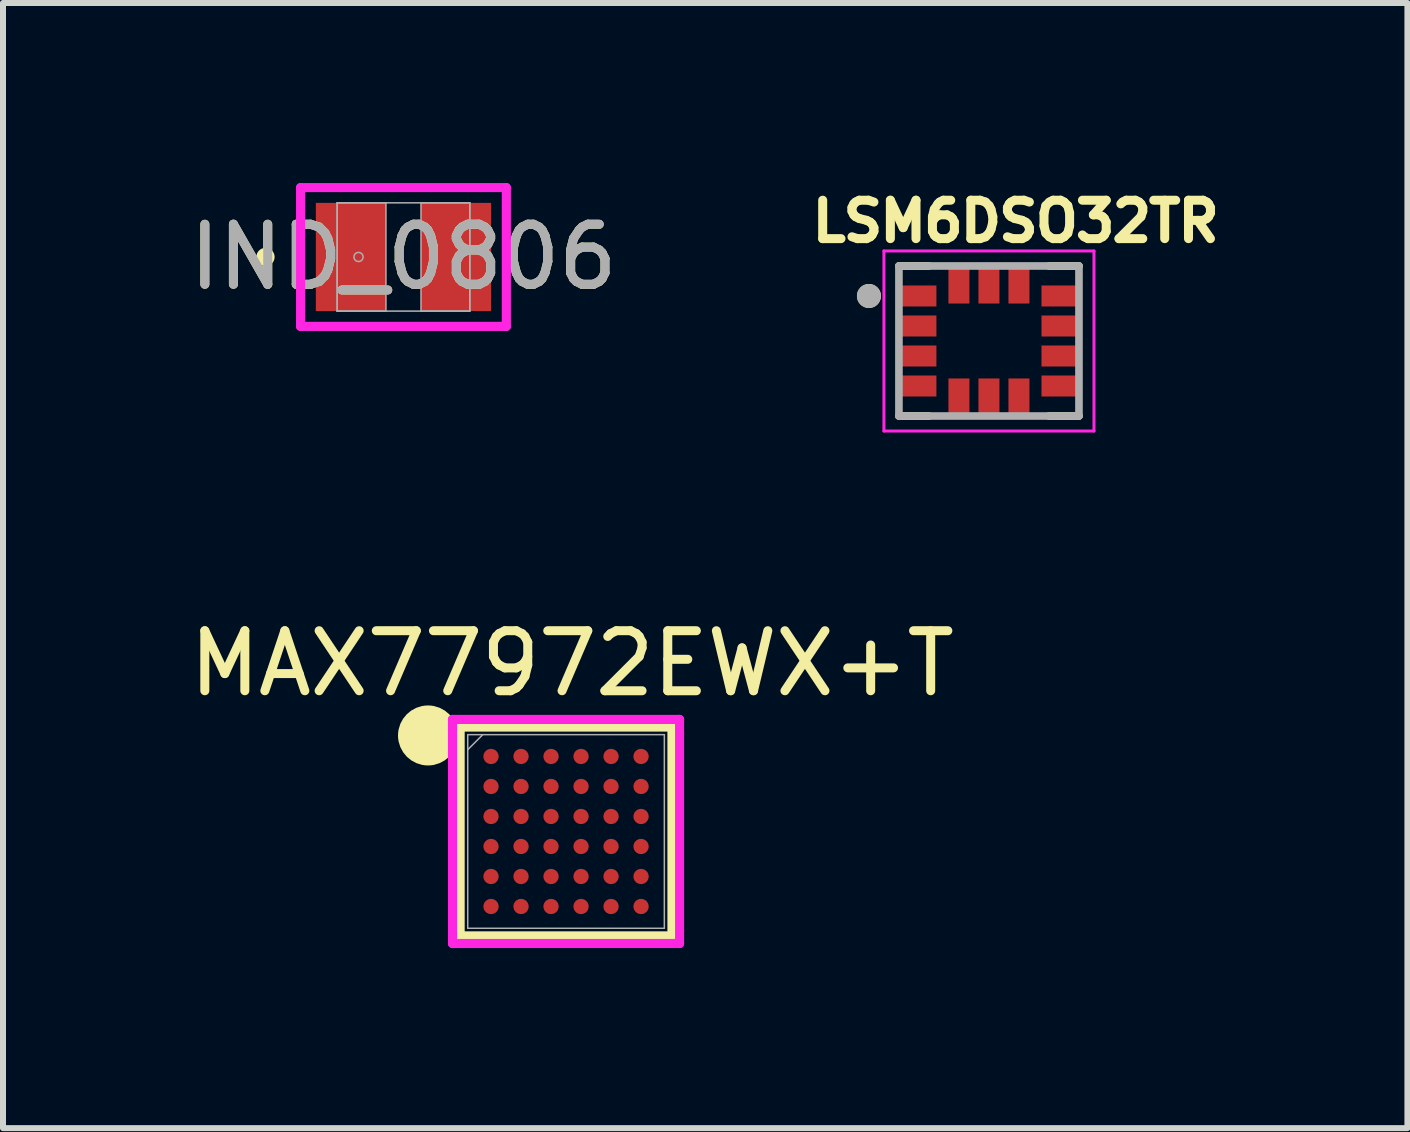
<source format=kicad_pcb>
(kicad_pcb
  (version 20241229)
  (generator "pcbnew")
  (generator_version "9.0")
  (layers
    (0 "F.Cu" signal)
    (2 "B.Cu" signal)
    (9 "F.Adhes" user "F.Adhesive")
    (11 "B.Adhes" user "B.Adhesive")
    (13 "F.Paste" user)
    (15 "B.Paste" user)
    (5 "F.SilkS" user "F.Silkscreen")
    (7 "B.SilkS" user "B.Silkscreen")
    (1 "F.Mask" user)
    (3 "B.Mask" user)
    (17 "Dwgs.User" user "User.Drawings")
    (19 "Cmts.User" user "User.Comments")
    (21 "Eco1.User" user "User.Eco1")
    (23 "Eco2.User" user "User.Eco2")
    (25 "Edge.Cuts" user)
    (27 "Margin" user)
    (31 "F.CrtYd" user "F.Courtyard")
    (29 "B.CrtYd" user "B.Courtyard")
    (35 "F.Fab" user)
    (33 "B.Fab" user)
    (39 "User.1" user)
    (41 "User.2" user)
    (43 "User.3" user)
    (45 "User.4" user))
  (footprint "LSM6DSO32TR"
    (layer "F.Cu")
    (at 13.429 2.632)
    (property "Reference" "LSM6DSO32TR" (at 0.445 -1.994 0) (layer "F.SilkS") (effects (font (size 0.64 0.64) (thickness 0.15))))
    (attr smd)
    (fp_poly (pts (xy -1.5 -0.975) (xy -0.825 -0.975) (xy -0.825 -0.525) (xy -1.5 -0.525)) (stroke (width 0.01) (type solid)) (fill yes) (layer "F.Mask"))
    (fp_poly (pts (xy -1.5 -0.475) (xy -0.825 -0.475) (xy -0.825 -0.025) (xy -1.5 -0.025)) (stroke (width 0.01) (type solid)) (fill yes) (layer "F.Mask"))
    (fp_poly (pts (xy -1.5 0.025) (xy -0.825 0.025) (xy -0.825 0.475) (xy -1.5 0.475)) (stroke (width 0.01) (type solid)) (fill yes) (layer "F.Mask"))
    (fp_poly (pts (xy -1.5 0.525) (xy -0.825 0.525) (xy -0.825 0.975) (xy -1.5 0.975)) (stroke (width 0.01) (type solid)) (fill yes) (layer "F.Mask"))
    (fp_poly (pts (xy -0.725 -1.25) (xy -0.275 -1.25) (xy -0.275 -0.575) (xy -0.725 -0.575)) (stroke (width 0.01) (type solid)) (fill yes) (layer "F.Mask"))
    (fp_poly (pts (xy -0.725 0.575) (xy -0.275 0.575) (xy -0.275 1.25) (xy -0.725 1.25)) (stroke (width 0.01) (type solid)) (fill yes) (layer "F.Mask"))
    (fp_poly (pts (xy -0.225 -1.25) (xy 0.225 -1.25) (xy 0.225 -0.575) (xy -0.225 -0.575)) (stroke (width 0.01) (type solid)) (fill yes) (layer "F.Mask"))
    (fp_poly (pts (xy -0.225 0.575) (xy 0.225 0.575) (xy 0.225 1.25) (xy -0.225 1.25)) (stroke (width 0.01) (type solid)) (fill yes) (layer "F.Mask"))
    (fp_poly (pts (xy 0.275 -1.25) (xy 0.725 -1.25) (xy 0.725 -0.575) (xy 0.275 -0.575)) (stroke (width 0.01) (type solid)) (fill yes) (layer "F.Mask"))
    (fp_poly (pts (xy 0.275 0.575) (xy 0.725 0.575) (xy 0.725 1.25) (xy 0.275 1.25)) (stroke (width 0.01) (type solid)) (fill yes) (layer "F.Mask"))
    (fp_poly (pts (xy 0.825 -0.975) (xy 1.5 -0.975) (xy 1.5 -0.525) (xy 0.825 -0.525)) (stroke (width 0.01) (type solid)) (fill yes) (layer "F.Mask"))
    (fp_poly (pts (xy 0.825 -0.475) (xy 1.5 -0.475) (xy 1.5 -0.025) (xy 0.825 -0.025)) (stroke (width 0.01) (type solid)) (fill yes) (layer "F.Mask"))
    (fp_poly (pts (xy 0.825 0.025) (xy 1.5 0.025) (xy 1.5 0.475) (xy 0.825 0.475)) (stroke (width 0.01) (type solid)) (fill yes) (layer "F.Mask"))
    (fp_poly (pts (xy 0.825 0.525) (xy 1.5 0.525) (xy 1.5 0.975) (xy 0.825 0.975)) (stroke (width 0.01) (type solid)) (fill yes) (layer "F.Mask"))
    (fp_line (start -1.5 -1.25) (end -1 -1.25) (stroke (width 0.127) (type solid)) (layer "F.SilkS"))
    (fp_line (start -1.5 1.25) (end -1 1.25) (stroke (width 0.127) (type solid)) (layer "F.SilkS"))
    (fp_line (start 1.5 -1.25) (end 1 -1.25) (stroke (width 0.127) (type solid)) (layer "F.SilkS"))
    (fp_line (start 1.5 1.25) (end 1 1.25) (stroke (width 0.127) (type solid)) (layer "F.SilkS"))
    (fp_circle (center -2 -0.75) (end -1.9 -0.75) (stroke (width 0.2) (type solid)) (fill no) (layer "F.SilkS"))
    (fp_line (start -1.75 -1.5) (end -1.75 1.5) (stroke (width 0.05) (type solid)) (layer "F.CrtYd"))
    (fp_line (start -1.75 1.5) (end 1.75 1.5) (stroke (width 0.05) (type solid)) (layer "F.CrtYd"))
    (fp_line (start 1.75 -1.5) (end -1.75 -1.5) (stroke (width 0.05) (type solid)) (layer "F.CrtYd"))
    (fp_line (start 1.75 1.5) (end 1.75 -1.5) (stroke (width 0.05) (type solid)) (layer "F.CrtYd"))
    (fp_line (start -1.5 -1.25) (end 1.5 -1.25) (stroke (width 0.127) (type solid)) (layer "F.Fab"))
    (fp_line (start -1.5 1.25) (end -1.5 -1.25) (stroke (width 0.127) (type solid)) (layer "F.Fab"))
    (fp_line (start 1.5 -1.25) (end 1.5 1.25) (stroke (width 0.127) (type solid)) (layer "F.Fab"))
    (fp_line (start 1.5 1.25) (end -1.5 1.25) (stroke (width 0.127) (type solid)) (layer "F.Fab"))
    (fp_circle (center -2 -0.75) (end -1.9 -0.75) (stroke (width 0.2) (type solid)) (fill no) (layer "F.Fab"))
    (pad "1" smd rect (at -1.163 -0.75) (size 0.575 0.35) (layers "F.Cu" "F.Paste"))
    (pad "2" smd rect (at -1.163 -0.25) (size 0.575 0.35) (layers "F.Cu" "F.Paste"))
    (pad "3" smd rect (at -1.163 0.25) (size 0.575 0.35) (layers "F.Cu" "F.Paste"))
    (pad "4" smd rect (at -1.163 0.75) (size 0.575 0.35) (layers "F.Cu" "F.Paste"))
    (pad "5" smd rect (at -0.5 0.912) (size 0.35 0.575) (layers "F.Cu" "F.Paste"))
    (pad "6" smd rect (at 0 0.912) (size 0.35 0.575) (layers "F.Cu" "F.Paste"))
    (pad "7" smd rect (at 0.5 0.912) (size 0.35 0.575) (layers "F.Cu" "F.Paste"))
    (pad "8" smd rect (at 1.163 0.75) (size 0.575 0.35) (layers "F.Cu" "F.Paste"))
    (pad "9" smd rect (at 1.163 0.25) (size 0.575 0.35) (layers "F.Cu" "F.Paste"))
    (pad "10" smd rect (at 1.163 -0.25) (size 0.575 0.35) (layers "F.Cu" "F.Paste"))
    (pad "11" smd rect (at 1.163 -0.75) (size 0.575 0.35) (layers "F.Cu" "F.Paste"))
    (pad "12" smd rect (at 0.5 -0.912) (size 0.35 0.575) (layers "F.Cu" "F.Paste"))
    (pad "13" smd rect (at 0 -0.912) (size 0.35 0.575) (layers "F.Cu" "F.Paste"))
    (pad "14" smd rect (at -0.5 -0.912) (size 0.35 0.575) (layers "F.Cu" "F.Paste")))
  (footprint "MAX77972EWX+T"
    (layer "F.Cu")
    (at 6.382 10.805)
    (property "Reference" "MAX77972EWX+T" (at 0.1 -2.8 0) (unlocked yes) (layer "F.SilkS") (effects (font (size 1 1) (thickness 0.15))))
    (attr smd)
    (fp_line (start -1.765 -1.74) (end -1.765 1.74) (stroke (width 0.152) (type solid)) (layer "F.SilkS"))
    (fp_line (start -1.765 1.74) (end 1.765 1.74) (stroke (width 0.152) (type solid)) (layer "F.SilkS"))
    (fp_line (start 1.765 -1.74) (end -1.765 -1.74) (stroke (width 0.152) (type solid)) (layer "F.SilkS"))
    (fp_line (start 1.765 1.74) (end 1.765 -1.74) (stroke (width 0.152) (type solid)) (layer "F.SilkS"))
    (fp_circle (center -2.3 -1.6) (end -2.3 -1.6) (stroke (width 0.5) (type default)) (fill no) (layer "F.SilkS"))
    (fp_line (start -1.892 -1.867) (end 1.892 -1.867) (stroke (width 0.152) (type solid)) (layer "F.CrtYd"))
    (fp_line (start -1.892 1.867) (end -1.892 -1.867) (stroke (width 0.152) (type solid)) (layer "F.CrtYd"))
    (fp_line (start 1.892 -1.867) (end 1.892 1.867) (stroke (width 0.152) (type solid)) (layer "F.CrtYd"))
    (fp_line (start 1.892 1.867) (end -1.892 1.867) (stroke (width 0.152) (type solid)) (layer "F.CrtYd"))
    (fp_line (start -1.638 -1.613) (end -1.638 1.613) (stroke (width 0.025) (type solid)) (layer "F.Fab"))
    (fp_line (start -1.638 1.613) (end 1.638 1.613) (stroke (width 0.025) (type solid)) (layer "F.Fab"))
    (fp_line (start -1.388 -1.613) (end -1.638 -1.363) (stroke (width 0.025) (type solid)) (layer "F.Fab"))
    (fp_line (start 1.638 -1.613) (end -1.638 -1.613) (stroke (width 0.025) (type solid)) (layer "F.Fab"))
    (fp_line (start 1.638 1.613) (end 1.638 -1.613) (stroke (width 0.025) (type solid)) (layer "F.Fab"))
    (pad "A1" smd circle (at -1.25 -1.25) (size 0.254 0.254) (layers "F.Cu" "F.Mask" "F.Paste"))
    (pad "A2" smd circle (at -0.75 -1.25) (size 0.254 0.254) (layers "F.Cu" "F.Mask" "F.Paste"))
    (pad "A3" smd circle (at -0.25 -1.25) (size 0.254 0.254) (layers "F.Cu" "F.Mask" "F.Paste"))
    (pad "A4" smd circle (at 0.25 -1.25) (size 0.254 0.254) (layers "F.Cu" "F.Mask" "F.Paste"))
    (pad "A5" smd circle (at 0.75 -1.25) (size 0.254 0.254) (layers "F.Cu" "F.Mask" "F.Paste"))
    (pad "A6" smd circle (at 1.25 -1.25) (size 0.254 0.254) (layers "F.Cu" "F.Mask" "F.Paste"))
    (pad "B1" smd circle (at -1.25 -0.75) (size 0.254 0.254) (layers "F.Cu" "F.Mask" "F.Paste"))
    (pad "B2" smd circle (at -0.75 -0.75) (size 0.254 0.254) (layers "F.Cu" "F.Mask" "F.Paste"))
    (pad "B3" smd circle (at -0.25 -0.75) (size 0.254 0.254) (layers "F.Cu" "F.Mask" "F.Paste"))
    (pad "B4" smd circle (at 0.25 -0.75) (size 0.254 0.254) (layers "F.Cu" "F.Mask" "F.Paste"))
    (pad "B5" smd circle (at 0.75 -0.75) (size 0.254 0.254) (layers "F.Cu" "F.Mask" "F.Paste"))
    (pad "B6" smd circle (at 1.25 -0.75) (size 0.254 0.254) (layers "F.Cu" "F.Mask" "F.Paste"))
    (pad "C1" smd circle (at -1.25 -0.25) (size 0.254 0.254) (layers "F.Cu" "F.Mask" "F.Paste"))
    (pad "C2" smd circle (at -0.75 -0.25) (size 0.254 0.254) (layers "F.Cu" "F.Mask" "F.Paste"))
    (pad "C3" smd circle (at -0.25 -0.25) (size 0.254 0.254) (layers "F.Cu" "F.Mask" "F.Paste"))
    (pad "C4" smd circle (at 0.25 -0.25) (size 0.254 0.254) (layers "F.Cu" "F.Mask" "F.Paste"))
    (pad "C5" smd circle (at 0.75 -0.25) (size 0.254 0.254) (layers "F.Cu" "F.Mask" "F.Paste"))
    (pad "C6" smd circle (at 1.25 -0.25) (size 0.254 0.254) (layers "F.Cu" "F.Mask" "F.Paste"))
    (pad "D1" smd circle (at -1.25 0.25) (size 0.254 0.254) (layers "F.Cu" "F.Mask" "F.Paste"))
    (pad "D2" smd circle (at -0.75 0.25) (size 0.254 0.254) (layers "F.Cu" "F.Mask" "F.Paste"))
    (pad "D3" smd circle (at -0.25 0.25) (size 0.254 0.254) (layers "F.Cu" "F.Mask" "F.Paste"))
    (pad "D4" smd circle (at 0.25 0.25) (size 0.254 0.254) (layers "F.Cu" "F.Mask" "F.Paste"))
    (pad "D5" smd circle (at 0.75 0.25) (size 0.254 0.254) (layers "F.Cu" "F.Mask" "F.Paste"))
    (pad "D6" smd circle (at 1.25 0.25) (size 0.254 0.254) (layers "F.Cu" "F.Mask" "F.Paste"))
    (pad "E1" smd circle (at -1.25 0.75) (size 0.254 0.254) (layers "F.Cu" "F.Mask" "F.Paste"))
    (pad "E2" smd circle (at -0.75 0.75) (size 0.254 0.254) (layers "F.Cu" "F.Mask" "F.Paste"))
    (pad "E3" smd circle (at -0.25 0.75) (size 0.254 0.254) (layers "F.Cu" "F.Mask" "F.Paste"))
    (pad "E4" smd circle (at 0.25 0.75) (size 0.254 0.254) (layers "F.Cu" "F.Mask" "F.Paste"))
    (pad "E5" smd circle (at 0.75 0.75) (size 0.254 0.254) (layers "F.Cu" "F.Mask" "F.Paste"))
    (pad "E6" smd circle (at 1.25 0.75) (size 0.254 0.254) (layers "F.Cu" "F.Mask" "F.Paste"))
    (pad "F1" smd circle (at -1.25 1.25) (size 0.254 0.254) (layers "F.Cu" "F.Mask" "F.Paste"))
    (pad "F2" smd circle (at -0.75 1.25) (size 0.254 0.254) (layers "F.Cu" "F.Mask" "F.Paste"))
    (pad "F3" smd circle (at -0.25 1.25) (size 0.254 0.254) (layers "F.Cu" "F.Mask" "F.Paste"))
    (pad "F4" smd circle (at 0.25 1.25) (size 0.254 0.254) (layers "F.Cu" "F.Mask" "F.Paste"))
    (pad "F5" smd circle (at 0.75 1.25) (size 0.254 0.254) (layers "F.Cu" "F.Mask" "F.Paste"))
    (pad "F6" smd circle (at 1.25 1.25) (size 0.254 0.254) (layers "F.Cu" "F.Mask" "F.Paste")))
  (footprint "IND_0806"
    (layer "F.Cu")
    (at 3.673 1.232)
    (property "Reference" "IND_0806" (at 0 0 0) (unlocked yes) (layer "F.SilkS") (effects (font (size 1 1) (thickness 0.15))))
    (attr smd)
    (fp_circle (center -2.299 0) (end -2.223 0) (stroke (width 0.152) (type solid)) (fill no) (layer "F.SilkS"))
    (fp_line (start -1.714 -1.156) (end 1.714 -1.156) (stroke (width 0.152) (type solid)) (layer "F.CrtYd"))
    (fp_line (start -1.714 1.156) (end -1.714 -1.156) (stroke (width 0.152) (type solid)) (layer "F.CrtYd"))
    (fp_line (start 1.714 -1.156) (end 1.714 1.156) (stroke (width 0.152) (type solid)) (layer "F.CrtYd"))
    (fp_line (start 1.714 1.156) (end -1.714 1.156) (stroke (width 0.152) (type solid)) (layer "F.CrtYd"))
    (fp_line (start -1.105 -0.902) (end -1.105 0.902) (stroke (width 0.025) (type solid)) (layer "F.Fab"))
    (fp_line (start -1.105 -0.902) (end -1.105 0.902) (stroke (width 0.025) (type solid)) (layer "F.Fab"))
    (fp_line (start -1.105 0.902) (end -0.292 0.902) (stroke (width 0.025) (type solid)) (layer "F.Fab"))
    (fp_line (start -1.105 0.902) (end 1.105 0.902) (stroke (width 0.025) (type solid)) (layer "F.Fab"))
    (fp_line (start -0.292 -0.902) (end -1.105 -0.902) (stroke (width 0.025) (type solid)) (layer "F.Fab"))
    (fp_line (start -0.292 0.902) (end -0.292 -0.902) (stroke (width 0.025) (type solid)) (layer "F.Fab"))
    (fp_line (start 0.292 -0.902) (end 0.292 0.902) (stroke (width 0.025) (type solid)) (layer "F.Fab"))
    (fp_line (start 0.292 0.902) (end 1.105 0.902) (stroke (width 0.025) (type solid)) (layer "F.Fab"))
    (fp_line (start 1.105 -0.902) (end -1.105 -0.902) (stroke (width 0.025) (type solid)) (layer "F.Fab"))
    (fp_line (start 1.105 -0.902) (end 0.292 -0.902) (stroke (width 0.025) (type solid)) (layer "F.Fab"))
    (fp_line (start 1.105 0.902) (end 1.105 -0.902) (stroke (width 0.025) (type solid)) (layer "F.Fab"))
    (fp_line (start 1.105 0.902) (end 1.105 -0.902) (stroke (width 0.025) (type solid)) (layer "F.Fab"))
    (fp_circle (center -0.749 0) (end -0.673 0) (stroke (width 0.025) (type solid)) (fill no) (layer "F.Fab"))
    (fp_text user "${REFERENCE}" (at 0 0 0) (unlocked yes) (layer "F.Fab") (effects (font (size 1 1) (thickness 0.15))))
    (pad "1" smd rect (at -0.876 0) (size 1.168 1.803) (layers "F.Cu" "F.Mask" "F.Paste"))
    (pad "2" smd rect (at 0.876 0) (size 1.168 1.803) (layers "F.Cu" "F.Mask" "F.Paste"))
    (zone (net_name "") (layer "F.Cu") (hatch full 0.508) (connect_pads) (min_thickness 0.254) (filled_areas_thickness no) (keepout (tracks not_allowed) (vias not_allowed) (pads allowed) (copperpour not_allowed) (footprints allowed)) (placement (enabled no)) (fill) (polygon (pts (xy 3.431 0.381) (xy 3.914 0.381) (xy 3.914 2.083) (xy 3.431 2.083)))))
  (gr_rect
    (start -3 -3)
    (end 20.402 15.748)
    (stroke (width 0.1) (type default))
    (fill no)
    (layer "Edge.Cuts")))
</source>
